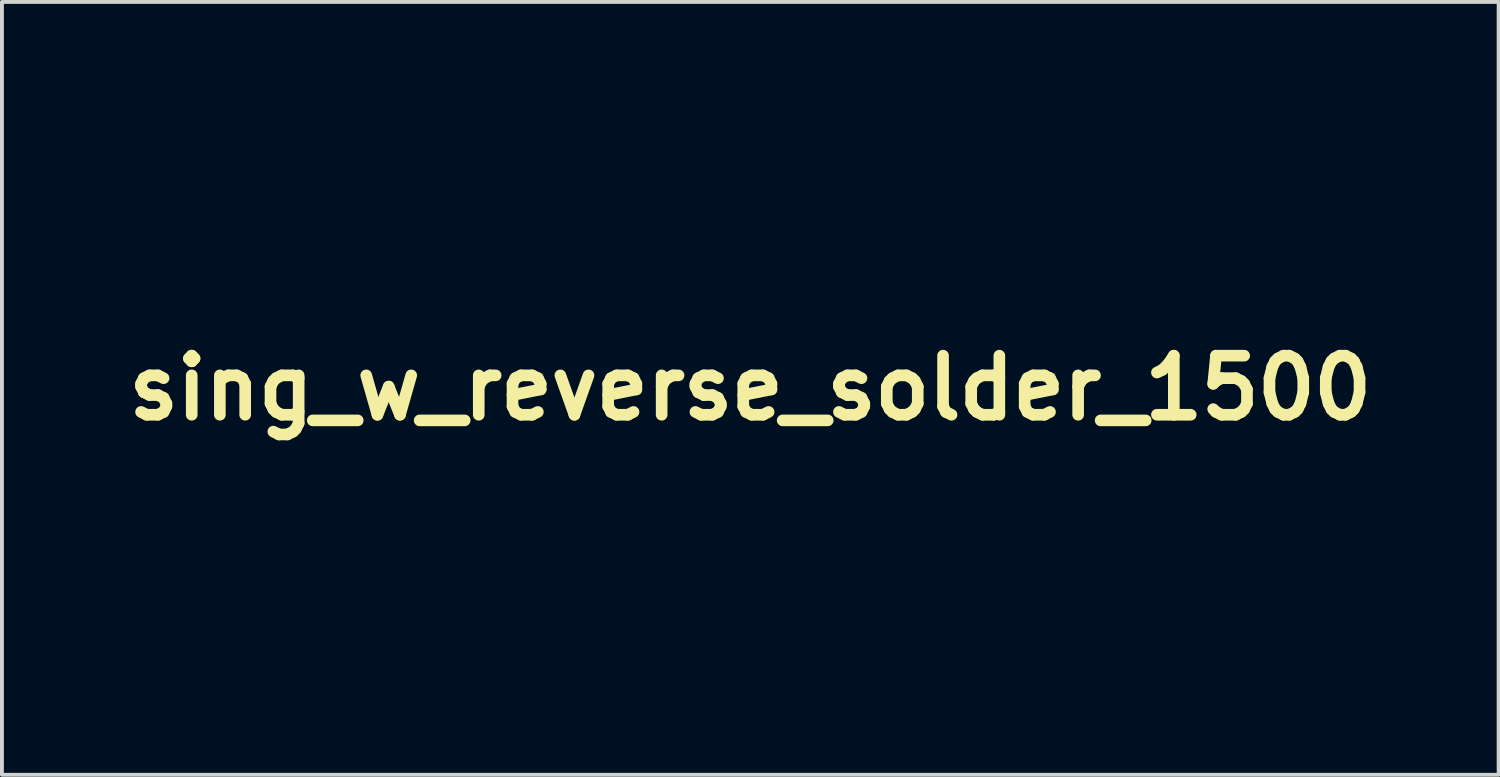
<source format=kicad_pcb>
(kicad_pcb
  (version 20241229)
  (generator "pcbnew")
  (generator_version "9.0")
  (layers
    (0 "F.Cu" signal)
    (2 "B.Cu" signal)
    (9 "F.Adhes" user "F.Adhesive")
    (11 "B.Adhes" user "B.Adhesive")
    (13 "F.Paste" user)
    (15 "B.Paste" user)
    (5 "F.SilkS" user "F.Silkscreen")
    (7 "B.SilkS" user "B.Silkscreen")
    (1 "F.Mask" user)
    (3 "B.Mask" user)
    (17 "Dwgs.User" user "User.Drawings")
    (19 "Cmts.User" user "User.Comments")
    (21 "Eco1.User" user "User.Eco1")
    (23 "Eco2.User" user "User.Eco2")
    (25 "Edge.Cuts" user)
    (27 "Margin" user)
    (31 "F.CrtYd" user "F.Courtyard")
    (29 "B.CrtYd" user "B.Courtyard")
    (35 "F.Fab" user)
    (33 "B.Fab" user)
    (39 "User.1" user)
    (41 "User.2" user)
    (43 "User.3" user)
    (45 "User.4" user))
  (footprint "sing_w_reverse_solder_1500"
    (layer "F.Cu")
    (at 16.3 6.957)
    (property "Reference" "sing_w_reverse_solder_1500" (at 0 0 0) (layer "F.SilkS") (effects (font (size 1.524 1.524) (thickness 0.3))))
    (attr through_hole)
    (fp_poly (pts (xy -2.717 -6.952) (xy -2.62 -6.93) (xy -2.517 -6.89) (xy -2.416 -6.835) (xy -2.412 -6.832) (xy -2.366 -6.798) (xy -2.308 -6.75) (xy -2.237 -6.685) (xy -2.15 -6.602) (xy -2.045 -6.499) (xy -1.922 -6.375) (xy -1.778 -6.227) (xy -1.735 -6.183) (xy -1.642 -6.089) (xy -1.565 -6.015) (xy -1.497 -5.958) (xy -1.433 -5.912) (xy -1.368 -5.873) (xy -1.326 -5.852) (xy -1.245 -5.811) (xy -1.084 -5.843) (xy -0.769 -5.892) (xy -0.434 -5.923) (xy -0.088 -5.935) (xy 0.262 -5.929) (xy 0.607 -5.905) (xy 0.939 -5.862) (xy 1.067 -5.84) (xy 1.501 -5.741) (xy 1.923 -5.611) (xy 2.332 -5.451) (xy 2.726 -5.263) (xy 3.105 -5.046) (xy 3.466 -4.803) (xy 3.807 -4.535) (xy 4.129 -4.242) (xy 4.428 -3.926) (xy 4.704 -3.588) (xy 4.955 -3.229) (xy 5.18 -2.85) (xy 5.301 -2.616) (xy 5.477 -2.219) (xy 5.623 -1.818) (xy 5.737 -1.41) (xy 5.822 -0.991) (xy 5.878 -0.557) (xy 5.896 -0.328) (xy 5.905 0.072) (xy 5.884 0.481) (xy 5.835 0.892) (xy 5.758 1.3) (xy 5.654 1.697) (xy 5.592 1.89) (xy 5.561 1.983) (xy 5.54 2.051) (xy 5.527 2.099) (xy 5.522 2.137) (xy 5.522 2.168) (xy 5.528 2.202) (xy 5.531 2.216) (xy 5.546 2.267) (xy 5.57 2.324) (xy 5.605 2.391) (xy 5.654 2.47) (xy 5.718 2.566) (xy 5.799 2.68) (xy 5.9 2.817) (xy 5.908 2.828) (xy 6.043 3.013) (xy 6.155 3.177) (xy 6.244 3.322) (xy 6.313 3.448) (xy 6.361 3.56) (xy 6.39 3.659) (xy 6.401 3.746) (xy 6.395 3.825) (xy 6.375 3.891) (xy 6.339 3.959) (xy 6.291 4.014) (xy 6.229 4.057) (xy 6.152 4.089) (xy 6.055 4.109) (xy 5.938 4.118) (xy 5.797 4.116) (xy 5.63 4.104) (xy 5.435 4.082) (xy 5.252 4.057) (xy 5.128 4.04) (xy 5.007 4.024) (xy 4.894 4.011) (xy 4.798 4.002) (xy 4.725 3.997) (xy 4.697 3.996) (xy 4.628 3.997) (xy 4.586 3.999) (xy 4.564 4.006) (xy 4.556 4.019) (xy 4.555 4.038) (xy 4.562 4.092) (xy 4.583 4.166) (xy 4.619 4.261) (xy 4.671 4.377) (xy 4.738 4.517) (xy 4.821 4.679) (xy 4.921 4.867) (xy 5.038 5.08) (xy 5.172 5.32) (xy 5.291 5.528) (xy 5.407 5.731) (xy 5.507 5.906) (xy 5.591 6.056) (xy 5.661 6.184) (xy 5.717 6.292) (xy 5.761 6.382) (xy 5.793 6.456) (xy 5.814 6.516) (xy 5.825 6.565) (xy 5.827 6.606) (xy 5.82 6.639) (xy 5.807 6.668) (xy 5.787 6.695) (xy 5.765 6.718) (xy 5.726 6.754) (xy 5.694 6.77) (xy 5.652 6.772) (xy 5.623 6.77) (xy 5.575 6.761) (xy 5.522 6.742) (xy 5.459 6.712) (xy 5.384 6.667) (xy 5.292 6.607) (xy 5.181 6.528) (xy 5.061 6.44) (xy 4.973 6.376) (xy 4.866 6.296) (xy 4.748 6.209) (xy 4.626 6.118) (xy 4.508 6.031) (xy 4.459 5.995) (xy 4.231 5.828) (xy 4.022 5.679) (xy 3.834 5.549) (xy 3.667 5.439) (xy 3.523 5.349) (xy 3.401 5.28) (xy 3.304 5.232) (xy 3.262 5.215) (xy 3.211 5.198) (xy 3.183 5.193) (xy 3.167 5.2) (xy 3.158 5.213) (xy 3.152 5.241) (xy 3.148 5.299) (xy 3.147 5.385) (xy 3.148 5.495) (xy 3.149 5.554) (xy 3.155 5.793) (xy 3.158 5.999) (xy 3.159 6.175) (xy 3.157 6.321) (xy 3.153 6.44) (xy 3.146 6.534) (xy 3.137 6.603) (xy 3.128 6.641) (xy 3.077 6.759) (xy 3.006 6.852) (xy 2.919 6.92) (xy 2.818 6.959) (xy 2.708 6.968) (xy 2.591 6.946) (xy 2.589 6.945) (xy 2.537 6.926) (xy 2.485 6.902) (xy 2.432 6.872) (xy 2.375 6.832) (xy 2.311 6.782) (xy 2.239 6.719) (xy 2.155 6.64) (xy 2.056 6.544) (xy 1.942 6.429) (xy 1.808 6.292) (xy 1.718 6.2) (xy 1.578 6.063) (xy 1.449 5.957) (xy 1.329 5.878) (xy 1.238 5.836) (xy 1.206 5.824) (xy 1.175 5.817) (xy 1.141 5.816) (xy 1.093 5.82) (xy 1.026 5.83) (xy 0.959 5.841) (xy 0.57 5.891) (xy 0.171 5.916) (xy -0.229 5.916) (xy -0.625 5.891) (xy -1.007 5.84) (xy -1.101 5.823) (xy -1.536 5.724) (xy -1.683 5.678) (xy 1.663 5.678) (xy 1.759 5.758) (xy 1.8 5.796) (xy 1.858 5.853) (xy 1.929 5.924) (xy 2.007 6.005) (xy 2.087 6.09) (xy 2.1 6.104) (xy 2.247 6.26) (xy 2.378 6.389) (xy 2.491 6.491) (xy 2.586 6.566) (xy 2.663 6.614) (xy 2.722 6.634) (xy 2.743 6.634) (xy 2.763 6.616) (xy 2.786 6.577) (xy 2.799 6.545) (xy 2.808 6.516) (xy 2.815 6.486) (xy 2.82 6.449) (xy 2.822 6.401) (xy 2.823 6.338) (xy 2.822 6.254) (xy 2.819 6.145) (xy 2.816 6.02) (xy 2.812 5.889) (xy 2.809 5.758) (xy 2.807 5.634) (xy 2.805 5.526) (xy 2.805 5.439) (xy 2.805 5.397) (xy 2.806 5.324) (xy 2.805 5.264) (xy 2.803 5.226) (xy 2.801 5.215) (xy 2.784 5.223) (xy 2.743 5.242) (xy 2.684 5.271) (xy 2.62 5.303) (xy 2.508 5.356) (xy 2.375 5.415) (xy 2.232 5.476) (xy 2.087 5.533) (xy 1.951 5.585) (xy 1.833 5.625) (xy 1.81 5.633) (xy 1.663 5.678) (xy -1.683 5.678) (xy -1.959 5.593) (xy -2.37 5.433) (xy -2.766 5.243) (xy -3.146 5.025) (xy -3.508 4.78) (xy -3.852 4.509) (xy -4.175 4.213) (xy -4.476 3.894) (xy -4.753 3.551) (xy -5.006 3.186) (xy -5.086 3.057) (xy -5.302 2.667) (xy -5.487 2.264) (xy -5.64 1.852) (xy -5.762 1.43) (xy -5.852 1.002) (xy -5.91 0.569) (xy -5.928 0.268) (xy -5.077 0.268) (xy -5.068 0.47) (xy -5.044 0.689) (xy -5.005 0.921) (xy -4.953 1.162) (xy -4.887 1.408) (xy -4.809 1.655) (xy -4.774 1.753) (xy -4.685 1.972) (xy -4.576 2.204) (xy -4.45 2.442) (xy -4.313 2.677) (xy -4.169 2.899) (xy -4.023 3.101) (xy -3.986 3.15) (xy -3.924 3.224) (xy -3.841 3.315) (xy -3.745 3.417) (xy -3.639 3.525) (xy -3.53 3.634) (xy -3.422 3.738) (xy -3.322 3.831) (xy -3.236 3.909) (xy -3.183 3.952) (xy -2.999 4.089) (xy -2.793 4.227) (xy -2.572 4.361) (xy -2.347 4.486) (xy -2.123 4.599) (xy -1.91 4.693) (xy -1.803 4.734) (xy -1.408 4.862) (xy -1.003 4.96) (xy -0.592 5.026) (xy -0.322 5.053) (xy -0.239 5.056) (xy -0.13 5.057) (xy -0.004 5.055) (xy 0.131 5.051) (xy 0.267 5.046) (xy 0.396 5.039) (xy 0.51 5.03) (xy 0.6 5.021) (xy 0.601 5.021) (xy 0.95 4.965) (xy 1.281 4.89) (xy 1.324 4.877) (xy 3.354 4.877) (xy 3.368 4.887) (xy 3.407 4.908) (xy 3.463 4.935) (xy 3.498 4.952) (xy 3.579 4.992) (xy 3.668 5.04) (xy 3.767 5.099) (xy 3.878 5.17) (xy 4.005 5.253) (xy 4.147 5.352) (xy 4.308 5.466) (xy 4.49 5.597) (xy 4.695 5.748) (xy 4.851 5.863) (xy 4.953 5.938) (xy 5.046 6.007) (xy 5.127 6.066) (xy 5.192 6.114) (xy 5.237 6.147) (xy 5.26 6.163) (xy 5.263 6.164) (xy 5.259 6.151) (xy 5.242 6.12) (xy 5.236 6.109) (xy 5.212 6.068) (xy 5.174 6.004) (xy 5.125 5.919) (xy 5.067 5.819) (xy 5.005 5.71) (xy 4.939 5.595) (xy 4.873 5.481) (xy 4.81 5.37) (xy 4.753 5.27) (xy 4.704 5.183) (xy 4.666 5.116) (xy 4.66 5.105) (xy 4.599 4.992) (xy 4.535 4.868) (xy 4.471 4.741) (xy 4.411 4.615) (xy 4.357 4.498) (xy 4.312 4.396) (xy 4.278 4.313) (xy 4.265 4.276) (xy 4.246 4.217) (xy 4.231 4.173) (xy 4.223 4.151) (xy 4.222 4.151) (xy 4.209 4.159) (xy 4.176 4.187) (xy 4.128 4.23) (xy 4.071 4.284) (xy 4.063 4.291) (xy 3.966 4.38) (xy 3.855 4.478) (xy 3.736 4.577) (xy 3.619 4.672) (xy 3.512 4.755) (xy 3.449 4.801) (xy 3.402 4.835) (xy 3.368 4.863) (xy 3.354 4.877) (xy 3.354 4.877) (xy 1.324 4.877) (xy 1.602 4.792) (xy 1.921 4.67) (xy 2.244 4.522) (xy 2.551 4.358) (xy 2.834 4.181) (xy 3.101 3.986) (xy 3.36 3.767) (xy 3.489 3.646) (xy 4.657 3.646) (xy 4.672 3.65) (xy 4.715 3.654) (xy 4.776 3.659) (xy 4.822 3.662) (xy 4.898 3.668) (xy 4.997 3.679) (xy 5.108 3.693) (xy 5.22 3.709) (xy 5.268 3.716) (xy 5.374 3.732) (xy 5.48 3.748) (xy 5.576 3.762) (xy 5.654 3.772) (xy 5.683 3.775) (xy 5.768 3.782) (xy 5.854 3.785) (xy 5.933 3.783) (xy 5.997 3.777) (xy 6.04 3.767) (xy 6.05 3.761) (xy 6.058 3.729) (xy 6.044 3.673) (xy 6.008 3.592) (xy 5.95 3.489) (xy 5.871 3.363) (xy 5.772 3.216) (xy 5.651 3.047) (xy 5.614 2.997) (xy 5.532 2.886) (xy 5.467 2.798) (xy 5.417 2.733) (xy 5.38 2.686) (xy 5.353 2.654) (xy 5.334 2.636) (xy 5.32 2.627) (xy 5.31 2.625) (xy 5.294 2.639) (xy 5.268 2.676) (xy 5.238 2.728) (xy 5.234 2.736) (xy 5.156 2.88) (xy 5.062 3.039) (xy 4.962 3.201) (xy 4.861 3.353) (xy 4.799 3.441) (xy 4.749 3.512) (xy 4.706 3.572) (xy 4.675 3.618) (xy 4.658 3.643) (xy 4.657 3.646) (xy 3.489 3.646) (xy 3.512 3.624) (xy 3.731 3.4) (xy 3.924 3.179) (xy 4.097 2.954) (xy 4.137 2.897) (xy 4.209 2.793) (xy 4.262 2.715) (xy 4.296 2.662) (xy 4.312 2.631) (xy 4.308 2.622) (xy 4.287 2.633) (xy 4.248 2.662) (xy 4.191 2.707) (xy 4.163 2.73) (xy 3.827 2.98) (xy 3.472 3.204) (xy 3.1 3.399) (xy 2.713 3.565) (xy 2.313 3.701) (xy 1.904 3.805) (xy 1.634 3.856) (xy 1.537 3.868) (xy 1.414 3.877) (xy 1.272 3.883) (xy 1.116 3.887) (xy 0.956 3.887) (xy 0.796 3.886) (xy 0.646 3.881) (xy 0.51 3.874) (xy 0.397 3.864) (xy 0.341 3.856) (xy 0.056 3.8) (xy -0.209 3.728) (xy -0.467 3.635) (xy -0.729 3.518) (xy -0.737 3.514) (xy -1.013 3.367) (xy -1.268 3.204) (xy -1.51 3.019) (xy -1.747 2.807) (xy -1.814 2.741) (xy -2.039 2.498) (xy -2.252 2.231) (xy -2.445 1.949) (xy -2.598 1.69) (xy -2.678 1.542) (xy -2.525 1.618) (xy -2.318 1.709) (xy -2.078 1.79) (xy -1.807 1.864) (xy -1.503 1.928) (xy -1.166 1.984) (xy -0.797 2.031) (xy -0.677 2.044) (xy -0.572 2.053) (xy -0.437 2.06) (xy -0.278 2.066) (xy -0.099 2.07) (xy 0.097 2.073) (xy 0.303 2.076) (xy 0.516 2.076) (xy 0.731 2.076) (xy 0.943 2.074) (xy 1.149 2.071) (xy 1.342 2.066) (xy 1.52 2.061) (xy 1.677 2.054) (xy 1.809 2.046) (xy 1.837 2.043) (xy 2.112 2.018) (xy 2.359 1.988) (xy 2.583 1.954) (xy 2.792 1.914) (xy 2.989 1.867) (xy 3.182 1.812) (xy 3.268 1.785) (xy 3.564 1.673) (xy 3.836 1.54) (xy 4.084 1.387) (xy 4.305 1.215) (xy 4.5 1.024) (xy 4.668 0.815) (xy 4.808 0.59) (xy 4.919 0.348) (xy 5 0.091) (xy 5.013 0.034) (xy 5.036 -0.121) (xy 5.043 -0.302) (xy 5.034 -0.504) (xy 5.01 -0.723) (xy 4.971 -0.955) (xy 4.919 -1.196) (xy 4.853 -1.442) (xy 4.775 -1.689) (xy 4.74 -1.786) (xy 4.651 -2.006) (xy 4.542 -2.238) (xy 4.416 -2.476) (xy 4.279 -2.71) (xy 4.135 -2.933) (xy 3.99 -3.135) (xy 3.952 -3.183) (xy 3.89 -3.257) (xy 3.807 -3.348) (xy 3.711 -3.451) (xy 3.605 -3.559) (xy 3.496 -3.668) (xy 3.388 -3.772) (xy 3.289 -3.865) (xy 3.202 -3.943) (xy 3.15 -3.986) (xy 2.851 -4.204) (xy 2.528 -4.404) (xy 2.188 -4.584) (xy 1.836 -4.738) (xy 1.481 -4.865) (xy 1.408 -4.887) (xy 1.137 -4.96) (xy 0.875 -5.015) (xy 0.613 -5.053) (xy 0.34 -5.076) (xy 0.048 -5.086) (xy -0.017 -5.086) (xy -0.315 -5.079) (xy -0.591 -5.059) (xy -0.854 -5.024) (xy -1.115 -4.973) (xy -1.384 -4.904) (xy -1.441 -4.887) (xy -1.789 -4.77) (xy -2.134 -4.625) (xy -2.47 -4.456) (xy -2.791 -4.266) (xy -3.089 -4.059) (xy -3.183 -3.985) (xy -3.368 -3.828) (xy -3.557 -3.649) (xy -3.744 -3.455) (xy -3.921 -3.254) (xy -4.08 -3.055) (xy -4.171 -2.931) (xy -4.243 -2.827) (xy -4.296 -2.749) (xy -4.33 -2.695) (xy -4.345 -2.665) (xy -4.342 -2.656) (xy -4.321 -2.667) (xy -4.282 -2.695) (xy -4.225 -2.741) (xy -4.197 -2.764) (xy -3.861 -3.014) (xy -3.506 -3.238) (xy -3.133 -3.433) (xy -2.747 -3.599) (xy -2.347 -3.735) (xy -1.937 -3.839) (xy -1.668 -3.89) (xy -1.571 -3.902) (xy -1.448 -3.911) (xy -1.306 -3.917) (xy -1.15 -3.92) (xy -0.99 -3.921) (xy -0.83 -3.919) (xy -0.679 -3.915) (xy -0.544 -3.908) (xy -0.431 -3.898) (xy -0.375 -3.89) (xy -0.09 -3.834) (xy 0.175 -3.761) (xy 0.433 -3.669) (xy 0.695 -3.552) (xy 0.703 -3.548) (xy 0.979 -3.401) (xy 1.234 -3.238) (xy 1.477 -3.053) (xy 1.713 -2.841) (xy 1.78 -2.775) (xy 2.005 -2.532) (xy 2.218 -2.265) (xy 2.412 -1.983) (xy 2.564 -1.723) (xy 2.644 -1.576) (xy 2.491 -1.652) (xy 2.284 -1.742) (xy 2.045 -1.824) (xy 1.773 -1.897) (xy 1.469 -1.962) (xy 1.132 -2.018) (xy 0.763 -2.065) (xy 0.643 -2.078) (xy 0.538 -2.086) (xy 0.404 -2.094) (xy 0.244 -2.099) (xy 0.065 -2.104) (xy -0.13 -2.107) (xy -0.337 -2.109) (xy -0.55 -2.11) (xy -0.765 -2.11) (xy -0.977 -2.108) (xy -1.182 -2.105) (xy -1.376 -2.1) (xy -1.554 -2.095) (xy -1.711 -2.088) (xy -1.842 -2.08) (xy -1.871 -2.077) (xy -2.146 -2.052) (xy -2.393 -2.022) (xy -2.617 -1.988) (xy -2.826 -1.948) (xy -3.023 -1.901) (xy -3.216 -1.846) (xy -3.301 -1.818) (xy -3.598 -1.707) (xy -3.87 -1.574) (xy -4.118 -1.421) (xy -4.339 -1.248) (xy -4.534 -1.058) (xy -4.702 -0.849) (xy -4.842 -0.624) (xy -4.953 -0.382) (xy -5.034 -0.125) (xy -5.047 -0.068) (xy -5.07 0.088) (xy -5.077 0.268) (xy -5.928 0.268) (xy -5.936 0.132) (xy -5.93 -0.307) (xy -5.891 -0.745) (xy -5.82 -1.183) (xy -5.716 -1.617) (xy -5.624 -1.917) (xy -5.591 -2.017) (xy -5.569 -2.091) (xy -5.556 -2.145) (xy -5.55 -2.184) (xy -5.552 -2.215) (xy -5.554 -2.226) (xy -5.57 -2.275) (xy -5.601 -2.337) (xy -5.647 -2.415) (xy -5.71 -2.511) (xy -5.791 -2.628) (xy -5.893 -2.768) (xy -5.925 -2.811) (xy -6.06 -2.997) (xy -6.171 -3.16) (xy -6.261 -3.305) (xy -6.33 -3.432) (xy -6.378 -3.543) (xy -6.407 -3.642) (xy -6.418 -3.729) (xy -6.418 -3.732) (xy -6.073 -3.732) (xy -6.073 -3.691) (xy -6.05 -3.625) (xy -6.004 -3.534) (xy -5.936 -3.419) (xy -5.845 -3.281) (xy -5.732 -3.119) (xy -5.631 -2.98) (xy -5.565 -2.891) (xy -5.504 -2.808) (xy -5.451 -2.738) (xy -5.41 -2.684) (xy -5.384 -2.652) (xy -5.379 -2.646) (xy -5.346 -2.609) (xy -5.233 -2.816) (xy -5.181 -2.909) (xy -5.124 -3.009) (xy -5.069 -3.103) (xy -5.025 -3.175) (xy -4.971 -3.259) (xy -4.907 -3.354) (xy -4.844 -3.445) (xy -4.818 -3.48) (xy -4.707 -3.632) (xy -4.855 -3.644) (xy -4.926 -3.651) (xy -5.02 -3.662) (xy -5.126 -3.676) (xy -5.235 -3.692) (xy -5.275 -3.698) (xy -5.482 -3.729) (xy -5.658 -3.751) (xy -5.802 -3.764) (xy -5.915 -3.769) (xy -5.997 -3.765) (xy -6.05 -3.753) (xy -6.073 -3.732) (xy -6.418 -3.732) (xy -6.412 -3.808) (xy -6.391 -3.874) (xy -6.355 -3.942) (xy -6.308 -3.997) (xy -6.246 -4.041) (xy -6.169 -4.072) (xy -6.072 -4.092) (xy -5.955 -4.101) (xy -5.814 -4.099) (xy -5.647 -4.087) (xy -5.452 -4.065) (xy -5.269 -4.04) (xy -5.145 -4.023) (xy -5.023 -4.007) (xy -4.911 -3.995) (xy -4.815 -3.985) (xy -4.742 -3.98) (xy -4.714 -3.979) (xy -4.645 -3.98) (xy -4.603 -3.982) (xy -4.581 -3.989) (xy -4.573 -4.002) (xy -4.572 -4.021) (xy -4.579 -4.075) (xy -4.6 -4.149) (xy -4.636 -4.244) (xy -4.688 -4.36) (xy -4.755 -4.5) (xy -4.838 -4.662) (xy -4.938 -4.85) (xy -5.055 -5.063) (xy -5.189 -5.303) (xy -5.308 -5.511) (xy -5.424 -5.714) (xy -5.524 -5.889) (xy -5.608 -6.039) (xy -5.658 -6.132) (xy -5.276 -6.132) (xy -5.27 -6.12) (xy -5.259 -6.102) (xy -5.254 -6.095) (xy -5.234 -6.06) (xy -5.199 -6.001) (xy -5.153 -5.922) (xy -5.099 -5.827) (xy -5.038 -5.722) (xy -4.975 -5.612) (xy -4.911 -5.5) (xy -4.849 -5.392) (xy -4.792 -5.293) (xy -4.743 -5.207) (xy -4.705 -5.138) (xy -4.696 -5.122) (xy -4.62 -4.983) (xy -4.544 -4.837) (xy -4.471 -4.69) (xy -4.404 -4.548) (xy -4.345 -4.416) (xy -4.298 -4.301) (xy -4.264 -4.208) (xy -4.259 -4.193) (xy -4.252 -4.183) (xy -4.236 -4.186) (xy -4.208 -4.206) (xy -4.164 -4.245) (xy -4.11 -4.295) (xy -4.036 -4.365) (xy -3.948 -4.444) (xy -3.86 -4.52) (xy -3.811 -4.562) (xy -3.735 -4.624) (xy -3.654 -4.688) (xy -3.58 -4.746) (xy -3.536 -4.779) (xy -3.483 -4.818) (xy -3.443 -4.851) (xy -3.422 -4.871) (xy -3.421 -4.874) (xy -3.435 -4.887) (xy -3.472 -4.91) (xy -3.527 -4.939) (xy -3.551 -4.951) (xy -3.637 -4.996) (xy -3.733 -5.051) (xy -3.841 -5.118) (xy -3.963 -5.197) (xy -4.101 -5.291) (xy -4.257 -5.4) (xy -4.434 -5.527) (xy -4.632 -5.672) (xy -4.851 -5.834) (xy -4.974 -5.924) (xy -5.071 -5.997) (xy -5.146 -6.052) (xy -5.201 -6.092) (xy -5.24 -6.118) (xy -5.263 -6.133) (xy -5.274 -6.137) (xy -5.276 -6.132) (xy -5.658 -6.132) (xy -5.678 -6.167) (xy -5.734 -6.275) (xy -5.778 -6.365) (xy -5.809 -6.439) (xy -5.83 -6.499) (xy -5.842 -6.548) (xy -5.843 -6.589) (xy -5.837 -6.622) (xy -5.824 -6.651) (xy -5.804 -6.678) (xy -5.782 -6.701) (xy -5.743 -6.737) (xy -5.711 -6.753) (xy -5.669 -6.755) (xy -5.639 -6.753) (xy -5.592 -6.744) (xy -5.539 -6.725) (xy -5.476 -6.695) (xy -5.401 -6.65) (xy -5.309 -6.59) (xy -5.198 -6.511) (xy -5.078 -6.423) (xy -4.99 -6.359) (xy -4.883 -6.279) (xy -4.765 -6.192) (xy -4.643 -6.101) (xy -4.525 -6.014) (xy -4.476 -5.978) (xy -4.248 -5.811) (xy -4.039 -5.662) (xy -3.851 -5.532) (xy -3.684 -5.422) (xy -3.54 -5.332) (xy -3.418 -5.263) (xy -3.321 -5.215) (xy -3.279 -5.198) (xy -3.228 -5.181) (xy -3.2 -5.176) (xy -3.184 -5.183) (xy -3.175 -5.196) (xy -3.169 -5.224) (xy -3.165 -5.282) (xy -3.164 -5.368) (xy -3.165 -5.478) (xy -3.166 -5.537) (xy -3.172 -5.776) (xy -3.175 -5.982) (xy -3.175 -6.158) (xy -3.174 -6.304) (xy -3.173 -6.321) (xy -2.84 -6.321) (xy -2.839 -6.237) (xy -2.836 -6.128) (xy -2.833 -6.003) (xy -2.829 -5.873) (xy -2.826 -5.745) (xy -2.824 -5.625) (xy -2.822 -5.521) (xy -2.821 -5.438) (xy -2.821 -5.399) (xy -2.822 -5.235) (xy -2.643 -5.324) (xy -2.552 -5.368) (xy -2.445 -5.417) (xy -2.335 -5.465) (xy -2.252 -5.499) (xy -2.158 -5.536) (xy -2.061 -5.573) (xy -1.972 -5.606) (xy -1.905 -5.629) (xy -1.84 -5.651) (xy -1.786 -5.669) (xy -1.752 -5.68) (xy -1.747 -5.682) (xy -1.748 -5.696) (xy -1.773 -5.731) (xy -1.82 -5.782) (xy -1.866 -5.829) (xy -1.923 -5.887) (xy -1.998 -5.962) (xy -2.082 -6.048) (xy -2.17 -6.139) (xy -2.252 -6.225) (xy -2.376 -6.35) (xy -2.482 -6.45) (xy -2.57 -6.524) (xy -2.644 -6.574) (xy -2.704 -6.602) (xy -2.736 -6.609) (xy -2.766 -6.608) (xy -2.786 -6.594) (xy -2.804 -6.56) (xy -2.816 -6.528) (xy -2.825 -6.499) (xy -2.832 -6.469) (xy -2.837 -6.432) (xy -2.839 -6.384) (xy -2.84 -6.321) (xy -3.173 -6.321) (xy -3.17 -6.423) (xy -3.163 -6.517) (xy -3.154 -6.586) (xy -3.145 -6.624) (xy -3.095 -6.739) (xy -3.023 -6.834) (xy -2.935 -6.904) (xy -2.832 -6.946) (xy -2.799 -6.952) (xy -2.717 -6.952)) (stroke (width 0.01) (type solid)) (fill yes) (layer "F.Mask")))
  (gr_rect
    (start -3 -3)
    (end 35.599 16.931)
    (stroke (width 0.1) (type default))
    (fill no)
    (layer "Edge.Cuts")))
</source>
